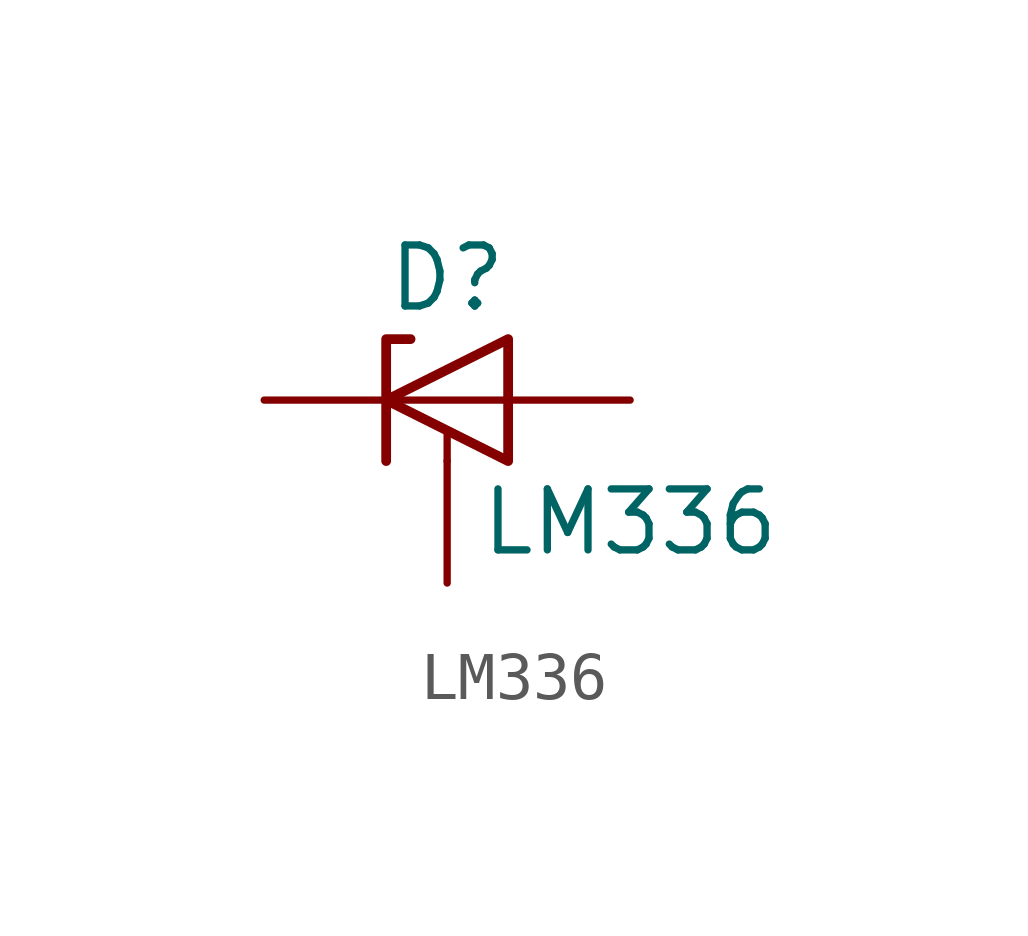
<source format=kicad_sym>
(kicad_symbol_lib
  (version 20211014)
  (generator kicad_symbol_editor)
  (symbol "LM336"
    (pin_numbers hide)
    (pin_names
      (offset 1.016) hide)
    (property "Reference" "D"
      (at 0 2.54 0)
      (effects (font (size 1.27 1.27))))
    (property "Value" "LM336"
      (at 3.81 -2.54 0)
      (effects (font (size 1.27 1.27))))
    (symbol "LM336_0_1"
      (polyline (pts (xy 0 -0.635) (xy 0 -1.27)) (stroke (width 0) (type default) (color 0 0 0 0)) (fill (type none)))
      (polyline (pts (xy 1.27 0) (xy -1.27 0)) (stroke (width 0) (type default) (color 0 0 0 0)) (fill (type none)))
      (polyline (pts (xy -1.27 -1.27) (xy -1.27 1.27) (xy -0.762 1.27)) (stroke (width 0.203) (type default) (color 0 0 0 0)) (fill (type none)))
      (polyline (pts (xy 1.27 -1.27) (xy 1.27 1.27) (xy -1.27 0) (xy 1.27 -1.27)) (stroke (width 0.203) (type default) (color 0 0 0 0)) (fill (type none))))
    (symbol "LM336_1_1"
      (pin passive line (at 0 -3.81 90) (length 2.54) (name "ADJ" (effects (font (size 1.27 1.27)))) (number "1" (effects (font (size 1.27 1.27)))))
      (pin passive line (at -3.81 0 0) (length 2.54) (name "K" (effects (font (size 1.27 1.27)))) (number "2" (effects (font (size 1.27 1.27)))))
      (pin passive line (at 3.81 0 180) (length 2.54) (name "A" (effects (font (size 1.27 1.27)))) (number "3" (effects (font (size 1.27 1.27))))))))
</source>
